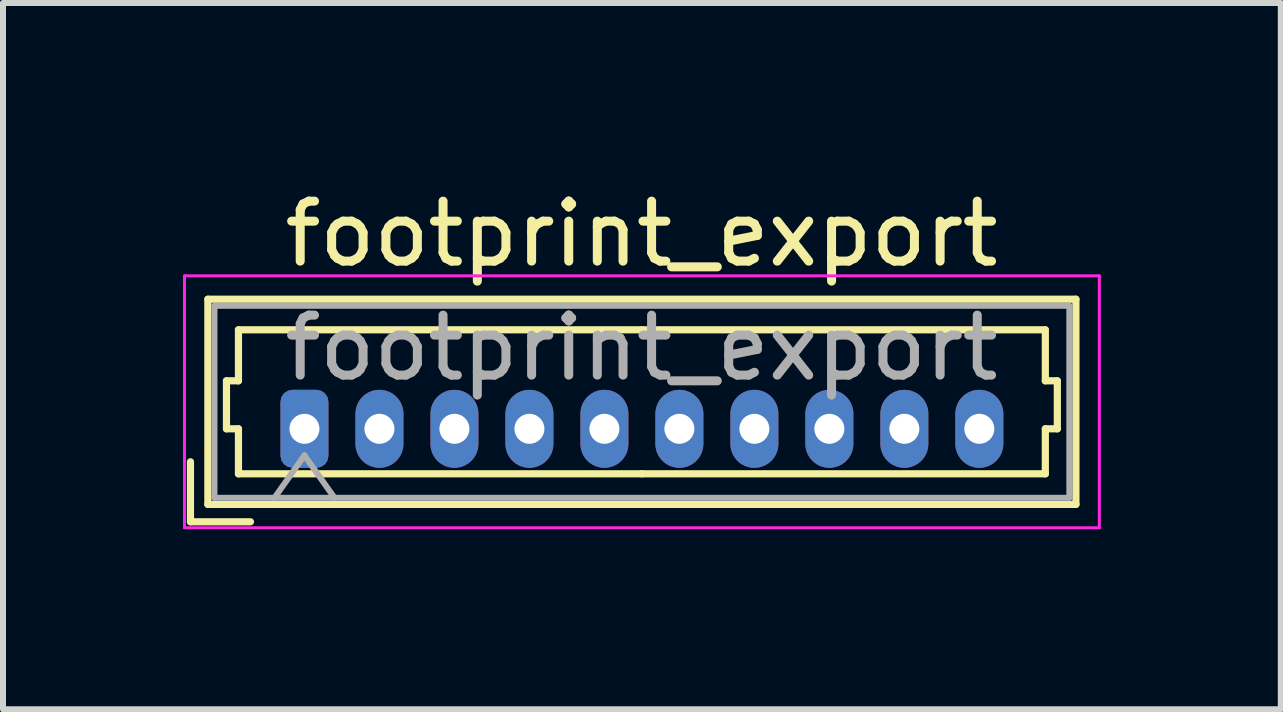
<source format=kicad_pcb>
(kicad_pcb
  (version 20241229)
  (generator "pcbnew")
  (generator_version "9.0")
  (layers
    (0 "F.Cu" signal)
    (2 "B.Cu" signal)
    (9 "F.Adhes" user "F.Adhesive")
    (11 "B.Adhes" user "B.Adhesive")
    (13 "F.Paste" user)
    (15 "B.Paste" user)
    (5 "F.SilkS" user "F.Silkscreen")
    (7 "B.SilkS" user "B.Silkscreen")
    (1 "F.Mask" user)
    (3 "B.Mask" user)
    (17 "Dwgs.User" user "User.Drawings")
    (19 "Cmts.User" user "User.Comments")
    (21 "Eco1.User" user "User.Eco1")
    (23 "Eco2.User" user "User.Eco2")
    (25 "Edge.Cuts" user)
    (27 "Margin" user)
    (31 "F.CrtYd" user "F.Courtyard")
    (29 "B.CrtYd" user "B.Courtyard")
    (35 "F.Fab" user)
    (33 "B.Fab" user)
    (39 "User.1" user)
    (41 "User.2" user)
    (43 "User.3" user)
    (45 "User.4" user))
  (footprint "footprint_export"
    (layer "F.Cu")
    (at 2.025 4.098)
    (property "Reference" "footprint_export" (at 5.62 -3.25 0) (layer "F.SilkS") (effects (font (size 1 1) (thickness 0.15))))
    (attr through_hole)
    (fp_line (start -1.9 1.55) (end -1.9 0.55) (stroke (width 0.12) (type solid)) (layer "F.SilkS"))
    (fp_line (start -1.9 1.55) (end -0.9 1.55) (stroke (width 0.12) (type solid)) (layer "F.SilkS"))
    (fp_line (start -1.61 -2.16) (end -1.61 1.26) (stroke (width 0.12) (type solid)) (layer "F.SilkS"))
    (fp_line (start -1.61 1.26) (end 12.86 1.26) (stroke (width 0.12) (type solid)) (layer "F.SilkS"))
    (fp_line (start -1.3 -0.8) (end -1.1 -0.8) (stroke (width 0.12) (type solid)) (layer "F.SilkS"))
    (fp_line (start -1.3 0) (end -1.3 -0.8) (stroke (width 0.12) (type solid)) (layer "F.SilkS"))
    (fp_line (start -1.1 -1.65) (end 5.625 -1.65) (stroke (width 0.12) (type solid)) (layer "F.SilkS"))
    (fp_line (start -1.1 -0.8) (end -1.1 -1.65) (stroke (width 0.12) (type solid)) (layer "F.SilkS"))
    (fp_line (start -1.1 0) (end -1.3 0) (stroke (width 0.12) (type solid)) (layer "F.SilkS"))
    (fp_line (start -1.1 0.75) (end -1.1 0) (stroke (width 0.12) (type solid)) (layer "F.SilkS"))
    (fp_line (start 5.625 0.75) (end -1.1 0.75) (stroke (width 0.12) (type solid)) (layer "F.SilkS"))
    (fp_line (start 5.625 0.75) (end 12.35 0.75) (stroke (width 0.12) (type solid)) (layer "F.SilkS"))
    (fp_line (start 12.35 -1.65) (end 5.625 -1.65) (stroke (width 0.12) (type solid)) (layer "F.SilkS"))
    (fp_line (start 12.35 -0.8) (end 12.35 -1.65) (stroke (width 0.12) (type solid)) (layer "F.SilkS"))
    (fp_line (start 12.35 0) (end 12.55 0) (stroke (width 0.12) (type solid)) (layer "F.SilkS"))
    (fp_line (start 12.35 0.75) (end 12.35 0) (stroke (width 0.12) (type solid)) (layer "F.SilkS"))
    (fp_line (start 12.55 -0.8) (end 12.35 -0.8) (stroke (width 0.12) (type solid)) (layer "F.SilkS"))
    (fp_line (start 12.55 0) (end 12.55 -0.8) (stroke (width 0.12) (type solid)) (layer "F.SilkS"))
    (fp_line (start 12.86 -2.16) (end -1.61 -2.16) (stroke (width 0.12) (type solid)) (layer "F.SilkS"))
    (fp_line (start 12.86 1.26) (end 12.86 -2.16) (stroke (width 0.12) (type solid)) (layer "F.SilkS"))
    (fp_line (start -2 -2.55) (end -2 1.65) (stroke (width 0.05) (type solid)) (layer "F.CrtYd"))
    (fp_line (start -2 1.65) (end 13.25 1.65) (stroke (width 0.05) (type solid)) (layer "F.CrtYd"))
    (fp_line (start 13.25 -2.55) (end -2 -2.55) (stroke (width 0.05) (type solid)) (layer "F.CrtYd"))
    (fp_line (start 13.25 1.65) (end 13.25 -2.55) (stroke (width 0.05) (type solid)) (layer "F.CrtYd"))
    (fp_line (start -1.5 -2.05) (end -1.5 1.15) (stroke (width 0.1) (type solid)) (layer "F.Fab"))
    (fp_line (start -1.5 1.15) (end 12.75 1.15) (stroke (width 0.1) (type solid)) (layer "F.Fab"))
    (fp_line (start -0.5 1.15) (end 0 0.443) (stroke (width 0.1) (type solid)) (layer "F.Fab"))
    (fp_line (start 0 0.443) (end 0.5 1.15) (stroke (width 0.1) (type solid)) (layer "F.Fab"))
    (fp_line (start 12.75 -2.05) (end -1.5 -2.05) (stroke (width 0.1) (type solid)) (layer "F.Fab"))
    (fp_line (start 12.75 1.15) (end 12.75 -2.05) (stroke (width 0.1) (type solid)) (layer "F.Fab"))
    (fp_text user "${REFERENCE}" (at 5.62 -1.35 0) (layer "F.Fab") (effects (font (size 1 1) (thickness 0.15))))
    (pad "1" thru_hole roundrect (at 0 0) (size 0.8 1.3) (drill 0.5) (layers "*.Cu" "*.Mask") (roundrect_rratio 0.25))
    (pad "2" thru_hole oval (at 1.25 0) (size 0.8 1.3) (drill 0.5) (layers "*.Cu" "*.Mask"))
    (pad "3" thru_hole oval (at 2.5 0) (size 0.8 1.3) (drill 0.5) (layers "*.Cu" "*.Mask"))
    (pad "4" thru_hole oval (at 3.75 0) (size 0.8 1.3) (drill 0.5) (layers "*.Cu" "*.Mask"))
    (pad "5" thru_hole oval (at 5 0) (size 0.8 1.3) (drill 0.5) (layers "*.Cu" "*.Mask"))
    (pad "6" thru_hole oval (at 6.25 0) (size 0.8 1.3) (drill 0.5) (layers "*.Cu" "*.Mask"))
    (pad "7" thru_hole oval (at 7.5 0) (size 0.8 1.3) (drill 0.5) (layers "*.Cu" "*.Mask"))
    (pad "8" thru_hole oval (at 8.75 0) (size 0.8 1.3) (drill 0.5) (layers "*.Cu" "*.Mask"))
    (pad "9" thru_hole oval (at 10 0) (size 0.8 1.3) (drill 0.5) (layers "*.Cu" "*.Mask"))
    (pad "10" thru_hole oval (at 11.25 0) (size 0.8 1.3) (drill 0.5) (layers "*.Cu" "*.Mask")))
  (gr_rect
    (start -3 -3)
    (end 18.3 8.773)
    (stroke (width 0.1) (type default))
    (fill no)
    (layer "Edge.Cuts")))
</source>
